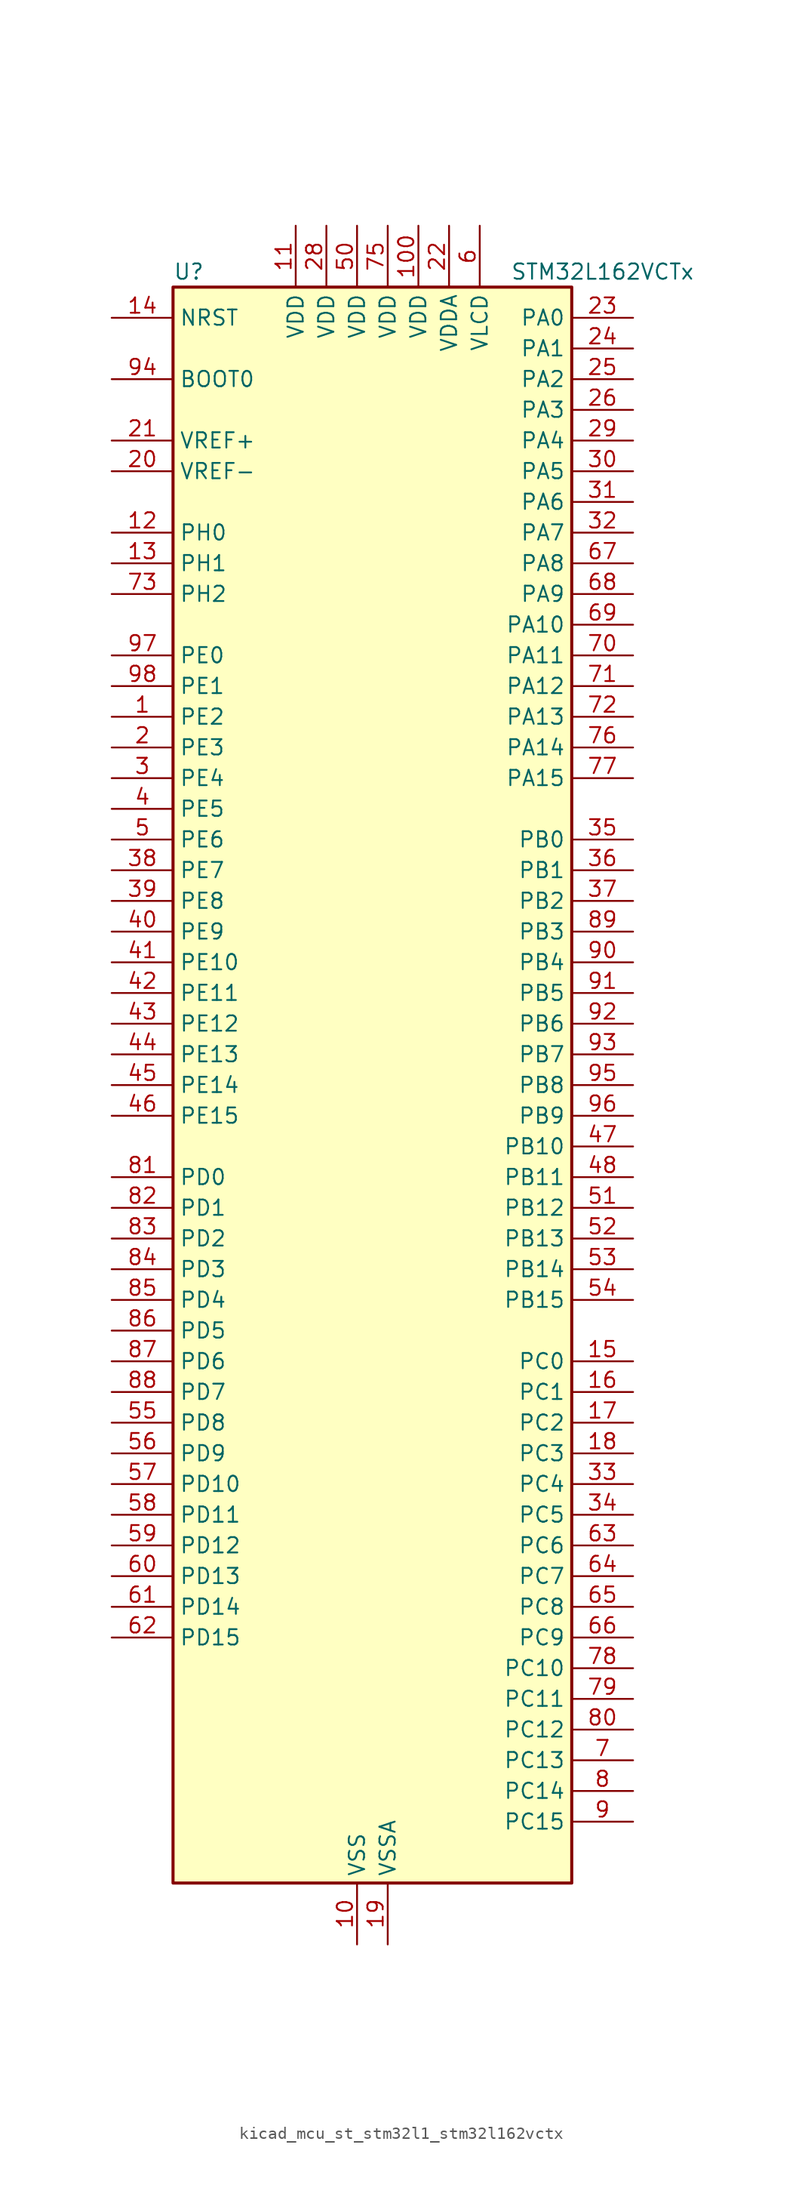
<source format=kicad_sym>
(kicad_symbol_lib
  (version 20220914)
  (generator kicad_symbol_editor)
  (symbol "kicad_mcu_st_stm32l1_stm32l162vctx"
    (property "Reference" "U"
      (at -15.24 67.31 0)
      (effects (font (size 1.27 1.27)) (justify left)))
    (property "Value" "STM32L162VCTx"
      (at 12.7 67.31 0)
      (effects (font (size 1.27 1.27)) (justify left)))
    (property "ki_locked" ""
      (at 0 0 0)
      (effects (font (size 1.27 1.27))))
    (symbol "kicad_mcu_st_stm32l1_stm32l162vctx_0_1"
      (rectangle (start -15.24 -66.04) (end 17.78 66.04) (stroke (width 0.254) (type default)) (fill (type background))))
    (symbol "kicad_mcu_st_stm32l1_stm32l162vctx_1_1"
      (pin bidirectional line (at -20.32 30.48 0) (length 5.08) (name "PE2" (effects (font (size 1.27 1.27)))) (number "1" (effects (font (size 1.27 1.27)))) (alternate "LCD_SEG38" bidirectional line) (alternate "SYS_TRACECK" bidirectional line) (alternate "TIM3_ETR" bidirectional line) (alternate "TIMX_IC3" bidirectional line))
      (pin power_in line (at 0 -71.12 90) (length 5.08) (name "VSS" (effects (font (size 1.27 1.27)))) (number "10" (effects (font (size 1.27 1.27)))))
      (pin power_in line (at 5.08 71.12 270) (length 5.08) (name "VDD" (effects (font (size 1.27 1.27)))) (number "100" (effects (font (size 1.27 1.27)))))
      (pin power_in line (at -5.08 71.12 270) (length 5.08) (name "VDD" (effects (font (size 1.27 1.27)))) (number "11" (effects (font (size 1.27 1.27)))))
      (pin bidirectional line (at -20.32 45.72 0) (length 5.08) (name "PH0" (effects (font (size 1.27 1.27)))) (number "12" (effects (font (size 1.27 1.27)))) (alternate "RCC_OSC_IN" bidirectional line))
      (pin bidirectional line (at -20.32 43.18 0) (length 5.08) (name "PH1" (effects (font (size 1.27 1.27)))) (number "13" (effects (font (size 1.27 1.27)))) (alternate "RCC_OSC_OUT" bidirectional line))
      (pin input line (at -20.32 63.5 0) (length 5.08) (name "NRST" (effects (font (size 1.27 1.27)))) (number "14" (effects (font (size 1.27 1.27)))))
      (pin bidirectional line (at 22.86 -22.86 180) (length 5.08) (name "PC0" (effects (font (size 1.27 1.27)))) (number "15" (effects (font (size 1.27 1.27)))) (alternate "ADC_IN10" bidirectional line) (alternate "COMP1_INP" bidirectional line) (alternate "LCD_SEG18" bidirectional line) (alternate "TIMX_IC1" bidirectional line) (alternate "TS_G8_IO1" bidirectional line))
      (pin bidirectional line (at 22.86 -25.4 180) (length 5.08) (name "PC1" (effects (font (size 1.27 1.27)))) (number "16" (effects (font (size 1.27 1.27)))) (alternate "ADC_IN11" bidirectional line) (alternate "COMP1_INP" bidirectional line) (alternate "LCD_SEG19" bidirectional line) (alternate "TIMX_IC2" bidirectional line) (alternate "TS_G8_IO2" bidirectional line))
      (pin bidirectional line (at 22.86 -27.94 180) (length 5.08) (name "PC2" (effects (font (size 1.27 1.27)))) (number "17" (effects (font (size 1.27 1.27)))) (alternate "ADC_IN12" bidirectional line) (alternate "COMP1_INP" bidirectional line) (alternate "LCD_SEG20" bidirectional line) (alternate "TIMX_IC3" bidirectional line) (alternate "TS_G8_IO3" bidirectional line))
      (pin bidirectional line (at 22.86 -30.48 180) (length 5.08) (name "PC3" (effects (font (size 1.27 1.27)))) (number "18" (effects (font (size 1.27 1.27)))) (alternate "ADC_IN13" bidirectional line) (alternate "COMP1_INP" bidirectional line) (alternate "LCD_SEG21" bidirectional line) (alternate "TIMX_IC4" bidirectional line) (alternate "TS_G8_IO4" bidirectional line))
      (pin power_in line (at 2.54 -71.12 90) (length 5.08) (name "VSSA" (effects (font (size 1.27 1.27)))) (number "19" (effects (font (size 1.27 1.27)))))
      (pin bidirectional line (at -20.32 27.94 0) (length 5.08) (name "PE3" (effects (font (size 1.27 1.27)))) (number "2" (effects (font (size 1.27 1.27)))) (alternate "LCD_SEG39" bidirectional line) (alternate "SYS_TRACED0" bidirectional line) (alternate "TIM3_CH1" bidirectional line) (alternate "TIMX_IC4" bidirectional line))
      (pin input line (at -20.32 50.8 0) (length 5.08) (name "VREF-" (effects (font (size 1.27 1.27)))) (number "20" (effects (font (size 1.27 1.27)))))
      (pin input line (at -20.32 53.34 0) (length 5.08) (name "VREF+" (effects (font (size 1.27 1.27)))) (number "21" (effects (font (size 1.27 1.27)))))
      (pin power_in line (at 7.62 71.12 270) (length 5.08) (name "VDDA" (effects (font (size 1.27 1.27)))) (number "22" (effects (font (size 1.27 1.27)))))
      (pin bidirectional line (at 22.86 63.5 180) (length 5.08) (name "PA0" (effects (font (size 1.27 1.27)))) (number "23" (effects (font (size 1.27 1.27)))) (alternate "ADC_IN0" bidirectional line) (alternate "COMP1_INP" bidirectional line) (alternate "RTC_TAMP2" bidirectional line) (alternate "SYS_WKUP1" bidirectional line) (alternate "TIM2_CH1" bidirectional line) (alternate "TIM2_ETR" bidirectional line) (alternate "TIM5_CH1" bidirectional line) (alternate "TIMX_IC1" bidirectional line) (alternate "TS_G1_IO1" bidirectional line) (alternate "USART2_CTS" bidirectional line))
      (pin bidirectional line (at 22.86 60.96 180) (length 5.08) (name "PA1" (effects (font (size 1.27 1.27)))) (number "24" (effects (font (size 1.27 1.27)))) (alternate "ADC_IN1" bidirectional line) (alternate "COMP1_INP" bidirectional line) (alternate "LCD_SEG0" bidirectional line) (alternate "OPAMP1_VINP" bidirectional line) (alternate "TIM2_CH2" bidirectional line) (alternate "TIM5_CH2" bidirectional line) (alternate "TIMX_IC2" bidirectional line) (alternate "TS_G1_IO2" bidirectional line) (alternate "USART2_RTS" bidirectional line))
      (pin bidirectional line (at 22.86 58.42 180) (length 5.08) (name "PA2" (effects (font (size 1.27 1.27)))) (number "25" (effects (font (size 1.27 1.27)))) (alternate "ADC_IN2" bidirectional line) (alternate "COMP1_INP" bidirectional line) (alternate "LCD_SEG1" bidirectional line) (alternate "OPAMP1_VINM" bidirectional line) (alternate "TIM2_CH3" bidirectional line) (alternate "TIM5_CH3" bidirectional line) (alternate "TIM9_CH1" bidirectional line) (alternate "TIMX_IC3" bidirectional line) (alternate "TS_G1_IO3" bidirectional line) (alternate "USART2_TX" bidirectional line))
      (pin bidirectional line (at 22.86 55.88 180) (length 5.08) (name "PA3" (effects (font (size 1.27 1.27)))) (number "26" (effects (font (size 1.27 1.27)))) (alternate "ADC_IN3" bidirectional line) (alternate "COMP1_INP" bidirectional line) (alternate "LCD_SEG2" bidirectional line) (alternate "OPAMP1_VOUT" bidirectional line) (alternate "TIM2_CH4" bidirectional line) (alternate "TIM5_CH4" bidirectional line) (alternate "TIM9_CH2" bidirectional line) (alternate "TIMX_IC4" bidirectional line) (alternate "TS_G1_IO4" bidirectional line) (alternate "USART2_RX" bidirectional line))
      (pin passive line (at 0 -71.12 90) (length 5.08) hide (name "VSS" (effects (font (size 1.27 1.27)))) (number "27" (effects (font (size 1.27 1.27)))))
      (pin power_in line (at -2.54 71.12 270) (length 5.08) (name "VDD" (effects (font (size 1.27 1.27)))) (number "28" (effects (font (size 1.27 1.27)))))
      (pin bidirectional line (at 22.86 53.34 180) (length 5.08) (name "PA4" (effects (font (size 1.27 1.27)))) (number "29" (effects (font (size 1.27 1.27)))) (alternate "ADC_IN4" bidirectional line) (alternate "COMP1_INP" bidirectional line) (alternate "DAC_OUT1" bidirectional line) (alternate "I2S3_WS" bidirectional line) (alternate "SPI1_NSS" bidirectional line) (alternate "SPI3_NSS" bidirectional line) (alternate "TIMX_IC1" bidirectional line) (alternate "USART2_CK" bidirectional line))
      (pin bidirectional line (at -20.32 25.4 0) (length 5.08) (name "PE4" (effects (font (size 1.27 1.27)))) (number "3" (effects (font (size 1.27 1.27)))) (alternate "SYS_TRACED1" bidirectional line) (alternate "TIM3_CH2" bidirectional line) (alternate "TIMX_IC1" bidirectional line))
      (pin bidirectional line (at 22.86 50.8 180) (length 5.08) (name "PA5" (effects (font (size 1.27 1.27)))) (number "30" (effects (font (size 1.27 1.27)))) (alternate "ADC_IN5" bidirectional line) (alternate "COMP1_INP" bidirectional line) (alternate "DAC_OUT2" bidirectional line) (alternate "SPI1_SCK" bidirectional line) (alternate "TIM2_CH1" bidirectional line) (alternate "TIM2_ETR" bidirectional line) (alternate "TIMX_IC2" bidirectional line))
      (pin bidirectional line (at 22.86 48.26 180) (length 5.08) (name "PA6" (effects (font (size 1.27 1.27)))) (number "31" (effects (font (size 1.27 1.27)))) (alternate "ADC_IN6" bidirectional line) (alternate "COMP1_INP" bidirectional line) (alternate "LCD_SEG3" bidirectional line) (alternate "OPAMP2_VINP" bidirectional line) (alternate "SPI1_MISO" bidirectional line) (alternate "TIM10_CH1" bidirectional line) (alternate "TIM3_CH1" bidirectional line) (alternate "TIMX_IC3" bidirectional line) (alternate "TS_G2_IO1" bidirectional line))
      (pin bidirectional line (at 22.86 45.72 180) (length 5.08) (name "PA7" (effects (font (size 1.27 1.27)))) (number "32" (effects (font (size 1.27 1.27)))) (alternate "ADC_IN7" bidirectional line) (alternate "COMP1_INP" bidirectional line) (alternate "LCD_SEG4" bidirectional line) (alternate "OPAMP2_VINM" bidirectional line) (alternate "SPI1_MOSI" bidirectional line) (alternate "TIM11_CH1" bidirectional line) (alternate "TIM3_CH2" bidirectional line) (alternate "TIMX_IC4" bidirectional line) (alternate "TS_G2_IO2" bidirectional line))
      (pin bidirectional line (at 22.86 -33.02 180) (length 5.08) (name "PC4" (effects (font (size 1.27 1.27)))) (number "33" (effects (font (size 1.27 1.27)))) (alternate "ADC_IN14" bidirectional line) (alternate "COMP1_INP" bidirectional line) (alternate "LCD_SEG22" bidirectional line) (alternate "TIMX_IC1" bidirectional line) (alternate "TS_G9_IO1" bidirectional line))
      (pin bidirectional line (at 22.86 -35.56 180) (length 5.08) (name "PC5" (effects (font (size 1.27 1.27)))) (number "34" (effects (font (size 1.27 1.27)))) (alternate "ADC_IN15" bidirectional line) (alternate "COMP1_INP" bidirectional line) (alternate "LCD_SEG23" bidirectional line) (alternate "TIMX_IC2" bidirectional line) (alternate "TS_G9_IO2" bidirectional line))
      (pin bidirectional line (at 22.86 20.32 180) (length 5.08) (name "PB0" (effects (font (size 1.27 1.27)))) (number "35" (effects (font (size 1.27 1.27)))) (alternate "ADC_IN8" bidirectional line) (alternate "COMP1_INP" bidirectional line) (alternate "LCD_SEG5" bidirectional line) (alternate "OPAMP2_VOUT" bidirectional line) (alternate "SYS_V_REF_OUT" bidirectional line) (alternate "TIM3_CH3" bidirectional line) (alternate "TS_G3_IO1" bidirectional line))
      (pin bidirectional line (at 22.86 17.78 180) (length 5.08) (name "PB1" (effects (font (size 1.27 1.27)))) (number "36" (effects (font (size 1.27 1.27)))) (alternate "ADC_IN9" bidirectional line) (alternate "COMP1_INP" bidirectional line) (alternate "LCD_SEG6" bidirectional line) (alternate "SYS_V_REF_OUT" bidirectional line) (alternate "TIM3_CH4" bidirectional line) (alternate "TS_G3_IO2" bidirectional line))
      (pin bidirectional line (at 22.86 15.24 180) (length 5.08) (name "PB2" (effects (font (size 1.27 1.27)))) (number "37" (effects (font (size 1.27 1.27)))) (alternate "TS_G3_IO3" bidirectional line))
      (pin bidirectional line (at -20.32 17.78 0) (length 5.08) (name "PE7" (effects (font (size 1.27 1.27)))) (number "38" (effects (font (size 1.27 1.27)))) (alternate "ADC_IN22" bidirectional line) (alternate "COMP1_INP" bidirectional line) (alternate "TIMX_IC4" bidirectional line))
      (pin bidirectional line (at -20.32 15.24 0) (length 5.08) (name "PE8" (effects (font (size 1.27 1.27)))) (number "39" (effects (font (size 1.27 1.27)))) (alternate "ADC_IN23" bidirectional line) (alternate "COMP1_INP" bidirectional line) (alternate "TIMX_IC1" bidirectional line))
      (pin bidirectional line (at -20.32 22.86 0) (length 5.08) (name "PE5" (effects (font (size 1.27 1.27)))) (number "4" (effects (font (size 1.27 1.27)))) (alternate "SYS_TRACED2" bidirectional line) (alternate "TIM9_CH1" bidirectional line) (alternate "TIMX_IC2" bidirectional line))
      (pin bidirectional line (at -20.32 12.7 0) (length 5.08) (name "PE9" (effects (font (size 1.27 1.27)))) (number "40" (effects (font (size 1.27 1.27)))) (alternate "ADC_IN24" bidirectional line) (alternate "COMP1_INP" bidirectional line) (alternate "DAC_EXTI9" bidirectional line) (alternate "TIM2_CH1" bidirectional line) (alternate "TIM2_ETR" bidirectional line) (alternate "TIM5_ETR" bidirectional line) (alternate "TIMX_IC2" bidirectional line))
      (pin bidirectional line (at -20.32 10.16 0) (length 5.08) (name "PE10" (effects (font (size 1.27 1.27)))) (number "41" (effects (font (size 1.27 1.27)))) (alternate "ADC_IN25" bidirectional line) (alternate "COMP1_INP" bidirectional line) (alternate "TIM2_CH2" bidirectional line) (alternate "TIMX_IC3" bidirectional line))
      (pin bidirectional line (at -20.32 7.62 0) (length 5.08) (name "PE11" (effects (font (size 1.27 1.27)))) (number "42" (effects (font (size 1.27 1.27)))) (alternate "ADC_EXTI11" bidirectional line) (alternate "TIM2_CH3" bidirectional line) (alternate "TIMX_IC4" bidirectional line))
      (pin bidirectional line (at -20.32 5.08 0) (length 5.08) (name "PE12" (effects (font (size 1.27 1.27)))) (number "43" (effects (font (size 1.27 1.27)))) (alternate "SPI1_NSS" bidirectional line) (alternate "TIM2_CH4" bidirectional line) (alternate "TIMX_IC1" bidirectional line))
      (pin bidirectional line (at -20.32 2.54 0) (length 5.08) (name "PE13" (effects (font (size 1.27 1.27)))) (number "44" (effects (font (size 1.27 1.27)))) (alternate "SPI1_SCK" bidirectional line) (alternate "TIMX_IC2" bidirectional line))
      (pin bidirectional line (at -20.32 0 0) (length 5.08) (name "PE14" (effects (font (size 1.27 1.27)))) (number "45" (effects (font (size 1.27 1.27)))) (alternate "SPI1_MISO" bidirectional line) (alternate "TIMX_IC3" bidirectional line))
      (pin bidirectional line (at -20.32 -2.54 0) (length 5.08) (name "PE15" (effects (font (size 1.27 1.27)))) (number "46" (effects (font (size 1.27 1.27)))) (alternate "ADC_EXTI15" bidirectional line) (alternate "SPI1_MOSI" bidirectional line) (alternate "TIMX_IC4" bidirectional line))
      (pin bidirectional line (at 22.86 -5.08 180) (length 5.08) (name "PB10" (effects (font (size 1.27 1.27)))) (number "47" (effects (font (size 1.27 1.27)))) (alternate "I2C2_SCL" bidirectional line) (alternate "LCD_SEG10" bidirectional line) (alternate "TIM2_CH3" bidirectional line) (alternate "USART3_TX" bidirectional line))
      (pin bidirectional line (at 22.86 -7.62 180) (length 5.08) (name "PB11" (effects (font (size 1.27 1.27)))) (number "48" (effects (font (size 1.27 1.27)))) (alternate "ADC_EXTI11" bidirectional line) (alternate "I2C2_SDA" bidirectional line) (alternate "LCD_SEG11" bidirectional line) (alternate "TIM2_CH4" bidirectional line) (alternate "USART3_RX" bidirectional line))
      (pin passive line (at 0 -71.12 90) (length 5.08) hide (name "VSS" (effects (font (size 1.27 1.27)))) (number "49" (effects (font (size 1.27 1.27)))))
      (pin bidirectional line (at -20.32 20.32 0) (length 5.08) (name "PE6" (effects (font (size 1.27 1.27)))) (number "5" (effects (font (size 1.27 1.27)))) (alternate "RTC_TAMP3" bidirectional line) (alternate "SYS_TRACED3" bidirectional line) (alternate "SYS_WKUP3" bidirectional line) (alternate "TIM9_CH2" bidirectional line) (alternate "TIMX_IC3" bidirectional line))
      (pin power_in line (at 0 71.12 270) (length 5.08) (name "VDD" (effects (font (size 1.27 1.27)))) (number "50" (effects (font (size 1.27 1.27)))))
      (pin bidirectional line (at 22.86 -10.16 180) (length 5.08) (name "PB12" (effects (font (size 1.27 1.27)))) (number "51" (effects (font (size 1.27 1.27)))) (alternate "ADC_IN18" bidirectional line) (alternate "COMP1_INP" bidirectional line) (alternate "I2C2_SMBA" bidirectional line) (alternate "I2S2_WS" bidirectional line) (alternate "LCD_SEG12" bidirectional line) (alternate "SPI2_NSS" bidirectional line) (alternate "TIM10_CH1" bidirectional line) (alternate "TS_G7_IO1" bidirectional line) (alternate "USART3_CK" bidirectional line))
      (pin bidirectional line (at 22.86 -12.7 180) (length 5.08) (name "PB13" (effects (font (size 1.27 1.27)))) (number "52" (effects (font (size 1.27 1.27)))) (alternate "ADC_IN19" bidirectional line) (alternate "COMP1_INP" bidirectional line) (alternate "I2S2_CK" bidirectional line) (alternate "LCD_SEG13" bidirectional line) (alternate "SPI2_SCK" bidirectional line) (alternate "TIM9_CH1" bidirectional line) (alternate "TS_G7_IO2" bidirectional line) (alternate "USART3_CTS" bidirectional line))
      (pin bidirectional line (at 22.86 -15.24 180) (length 5.08) (name "PB14" (effects (font (size 1.27 1.27)))) (number "53" (effects (font (size 1.27 1.27)))) (alternate "ADC_IN20" bidirectional line) (alternate "COMP1_INP" bidirectional line) (alternate "LCD_SEG14" bidirectional line) (alternate "SPI2_MISO" bidirectional line) (alternate "TIM9_CH2" bidirectional line) (alternate "TS_G7_IO3" bidirectional line) (alternate "USART3_RTS" bidirectional line))
      (pin bidirectional line (at 22.86 -17.78 180) (length 5.08) (name "PB15" (effects (font (size 1.27 1.27)))) (number "54" (effects (font (size 1.27 1.27)))) (alternate "ADC_EXTI15" bidirectional line) (alternate "ADC_IN21" bidirectional line) (alternate "COMP1_INP" bidirectional line) (alternate "I2S2_SD" bidirectional line) (alternate "LCD_SEG15" bidirectional line) (alternate "RTC_REFIN" bidirectional line) (alternate "SPI2_MOSI" bidirectional line) (alternate "TIM11_CH1" bidirectional line) (alternate "TS_G7_IO4" bidirectional line))
      (pin bidirectional line (at -20.32 -27.94 0) (length 5.08) (name "PD8" (effects (font (size 1.27 1.27)))) (number "55" (effects (font (size 1.27 1.27)))) (alternate "LCD_SEG28" bidirectional line) (alternate "TIMX_IC1" bidirectional line) (alternate "USART3_TX" bidirectional line))
      (pin bidirectional line (at -20.32 -30.48 0) (length 5.08) (name "PD9" (effects (font (size 1.27 1.27)))) (number "56" (effects (font (size 1.27 1.27)))) (alternate "DAC_EXTI9" bidirectional line) (alternate "LCD_SEG29" bidirectional line) (alternate "TIMX_IC2" bidirectional line) (alternate "USART3_RX" bidirectional line))
      (pin bidirectional line (at -20.32 -33.02 0) (length 5.08) (name "PD10" (effects (font (size 1.27 1.27)))) (number "57" (effects (font (size 1.27 1.27)))) (alternate "LCD_SEG30" bidirectional line) (alternate "TIMX_IC3" bidirectional line) (alternate "USART3_CK" bidirectional line))
      (pin bidirectional line (at -20.32 -35.56 0) (length 5.08) (name "PD11" (effects (font (size 1.27 1.27)))) (number "58" (effects (font (size 1.27 1.27)))) (alternate "ADC_EXTI11" bidirectional line) (alternate "LCD_SEG31" bidirectional line) (alternate "TIMX_IC4" bidirectional line) (alternate "USART3_CTS" bidirectional line))
      (pin bidirectional line (at -20.32 -38.1 0) (length 5.08) (name "PD12" (effects (font (size 1.27 1.27)))) (number "59" (effects (font (size 1.27 1.27)))) (alternate "LCD_SEG32" bidirectional line) (alternate "TIM4_CH1" bidirectional line) (alternate "TIMX_IC1" bidirectional line) (alternate "USART3_RTS" bidirectional line))
      (pin power_in line (at 10.16 71.12 270) (length 5.08) (name "VLCD" (effects (font (size 1.27 1.27)))) (number "6" (effects (font (size 1.27 1.27)))))
      (pin bidirectional line (at -20.32 -40.64 0) (length 5.08) (name "PD13" (effects (font (size 1.27 1.27)))) (number "60" (effects (font (size 1.27 1.27)))) (alternate "LCD_SEG33" bidirectional line) (alternate "TIM4_CH2" bidirectional line) (alternate "TIMX_IC2" bidirectional line))
      (pin bidirectional line (at -20.32 -43.18 0) (length 5.08) (name "PD14" (effects (font (size 1.27 1.27)))) (number "61" (effects (font (size 1.27 1.27)))) (alternate "LCD_SEG34" bidirectional line) (alternate "TIM4_CH3" bidirectional line) (alternate "TIMX_IC3" bidirectional line))
      (pin bidirectional line (at -20.32 -45.72 0) (length 5.08) (name "PD15" (effects (font (size 1.27 1.27)))) (number "62" (effects (font (size 1.27 1.27)))) (alternate "ADC_EXTI15" bidirectional line) (alternate "LCD_SEG35" bidirectional line) (alternate "TIM4_CH4" bidirectional line) (alternate "TIMX_IC4" bidirectional line))
      (pin bidirectional line (at 22.86 -38.1 180) (length 5.08) (name "PC6" (effects (font (size 1.27 1.27)))) (number "63" (effects (font (size 1.27 1.27)))) (alternate "I2S2_MCK" bidirectional line) (alternate "LCD_SEG24" bidirectional line) (alternate "TIM3_CH1" bidirectional line) (alternate "TIMX_IC3" bidirectional line) (alternate "TS_G10_IO1" bidirectional line))
      (pin bidirectional line (at 22.86 -40.64 180) (length 5.08) (name "PC7" (effects (font (size 1.27 1.27)))) (number "64" (effects (font (size 1.27 1.27)))) (alternate "I2S3_MCK" bidirectional line) (alternate "LCD_SEG25" bidirectional line) (alternate "TIM3_CH2" bidirectional line) (alternate "TIMX_IC4" bidirectional line) (alternate "TS_G10_IO2" bidirectional line))
      (pin bidirectional line (at 22.86 -43.18 180) (length 5.08) (name "PC8" (effects (font (size 1.27 1.27)))) (number "65" (effects (font (size 1.27 1.27)))) (alternate "LCD_SEG26" bidirectional line) (alternate "TIM3_CH3" bidirectional line) (alternate "TIMX_IC1" bidirectional line) (alternate "TS_G10_IO3" bidirectional line))
      (pin bidirectional line (at 22.86 -45.72 180) (length 5.08) (name "PC9" (effects (font (size 1.27 1.27)))) (number "66" (effects (font (size 1.27 1.27)))) (alternate "DAC_EXTI9" bidirectional line) (alternate "LCD_SEG27" bidirectional line) (alternate "TIM3_CH4" bidirectional line) (alternate "TIMX_IC2" bidirectional line) (alternate "TS_G10_IO4" bidirectional line))
      (pin bidirectional line (at 22.86 43.18 180) (length 5.08) (name "PA8" (effects (font (size 1.27 1.27)))) (number "67" (effects (font (size 1.27 1.27)))) (alternate "LCD_COM0" bidirectional line) (alternate "RCC_MCO" bidirectional line) (alternate "TIMX_IC1" bidirectional line) (alternate "TS_G4_IO1" bidirectional line) (alternate "USART1_CK" bidirectional line))
      (pin bidirectional line (at 22.86 40.64 180) (length 5.08) (name "PA9" (effects (font (size 1.27 1.27)))) (number "68" (effects (font (size 1.27 1.27)))) (alternate "DAC_EXTI9" bidirectional line) (alternate "LCD_COM1" bidirectional line) (alternate "TIMX_IC2" bidirectional line) (alternate "TS_G4_IO2" bidirectional line) (alternate "USART1_TX" bidirectional line))
      (pin bidirectional line (at 22.86 38.1 180) (length 5.08) (name "PA10" (effects (font (size 1.27 1.27)))) (number "69" (effects (font (size 1.27 1.27)))) (alternate "LCD_COM2" bidirectional line) (alternate "TIMX_IC3" bidirectional line) (alternate "TS_G4_IO3" bidirectional line) (alternate "USART1_RX" bidirectional line))
      (pin bidirectional line (at 22.86 -55.88 180) (length 5.08) (name "PC13" (effects (font (size 1.27 1.27)))) (number "7" (effects (font (size 1.27 1.27)))) (alternate "RTC_OUT_ALARM" bidirectional line) (alternate "RTC_OUT_CALIB" bidirectional line) (alternate "RTC_TAMP1" bidirectional line) (alternate "RTC_TS" bidirectional line) (alternate "SYS_WKUP2" bidirectional line) (alternate "TIMX_IC2" bidirectional line))
      (pin bidirectional line (at 22.86 35.56 180) (length 5.08) (name "PA11" (effects (font (size 1.27 1.27)))) (number "70" (effects (font (size 1.27 1.27)))) (alternate "ADC_EXTI11" bidirectional line) (alternate "SPI1_MISO" bidirectional line) (alternate "TIMX_IC4" bidirectional line) (alternate "USART1_CTS" bidirectional line) (alternate "USB_DM" bidirectional line))
      (pin bidirectional line (at 22.86 33.02 180) (length 5.08) (name "PA12" (effects (font (size 1.27 1.27)))) (number "71" (effects (font (size 1.27 1.27)))) (alternate "SPI1_MOSI" bidirectional line) (alternate "TIMX_IC1" bidirectional line) (alternate "USART1_RTS" bidirectional line) (alternate "USB_DP" bidirectional line))
      (pin bidirectional line (at 22.86 30.48 180) (length 5.08) (name "PA13" (effects (font (size 1.27 1.27)))) (number "72" (effects (font (size 1.27 1.27)))) (alternate "SYS_JTMS-SWDIO" bidirectional line) (alternate "TIMX_IC2" bidirectional line) (alternate "TS_G5_IO1" bidirectional line))
      (pin bidirectional line (at -20.32 40.64 0) (length 5.08) (name "PH2" (effects (font (size 1.27 1.27)))) (number "73" (effects (font (size 1.27 1.27)))))
      (pin passive line (at 0 -71.12 90) (length 5.08) hide (name "VSS" (effects (font (size 1.27 1.27)))) (number "74" (effects (font (size 1.27 1.27)))))
      (pin power_in line (at 2.54 71.12 270) (length 5.08) (name "VDD" (effects (font (size 1.27 1.27)))) (number "75" (effects (font (size 1.27 1.27)))))
      (pin bidirectional line (at 22.86 27.94 180) (length 5.08) (name "PA14" (effects (font (size 1.27 1.27)))) (number "76" (effects (font (size 1.27 1.27)))) (alternate "SYS_JTCK-SWCLK" bidirectional line) (alternate "TIMX_IC3" bidirectional line) (alternate "TS_G5_IO2" bidirectional line))
      (pin bidirectional line (at 22.86 25.4 180) (length 5.08) (name "PA15" (effects (font (size 1.27 1.27)))) (number "77" (effects (font (size 1.27 1.27)))) (alternate "ADC_EXTI15" bidirectional line) (alternate "I2S3_WS" bidirectional line) (alternate "LCD_SEG17" bidirectional line) (alternate "SPI1_NSS" bidirectional line) (alternate "SPI3_NSS" bidirectional line) (alternate "SYS_JTDI" bidirectional line) (alternate "TIM2_CH1" bidirectional line) (alternate "TIM2_ETR" bidirectional line) (alternate "TIMX_IC4" bidirectional line) (alternate "TS_G5_IO3" bidirectional line))
      (pin bidirectional line (at 22.86 -48.26 180) (length 5.08) (name "PC10" (effects (font (size 1.27 1.27)))) (number "78" (effects (font (size 1.27 1.27)))) (alternate "I2S3_CK" bidirectional line) (alternate "LCD_COM4" bidirectional line) (alternate "LCD_SEG28" bidirectional line) (alternate "LCD_SEG40" bidirectional line) (alternate "SPI3_SCK" bidirectional line) (alternate "TIMX_IC3" bidirectional line) (alternate "USART3_TX" bidirectional line))
      (pin bidirectional line (at 22.86 -50.8 180) (length 5.08) (name "PC11" (effects (font (size 1.27 1.27)))) (number "79" (effects (font (size 1.27 1.27)))) (alternate "ADC_EXTI11" bidirectional line) (alternate "LCD_COM5" bidirectional line) (alternate "LCD_SEG29" bidirectional line) (alternate "LCD_SEG41" bidirectional line) (alternate "SPI3_MISO" bidirectional line) (alternate "TIMX_IC4" bidirectional line) (alternate "USART3_RX" bidirectional line))
      (pin bidirectional line (at 22.86 -58.42 180) (length 5.08) (name "PC14" (effects (font (size 1.27 1.27)))) (number "8" (effects (font (size 1.27 1.27)))) (alternate "RCC_OSC32_IN" bidirectional line) (alternate "TIMX_IC3" bidirectional line))
      (pin bidirectional line (at 22.86 -53.34 180) (length 5.08) (name "PC12" (effects (font (size 1.27 1.27)))) (number "80" (effects (font (size 1.27 1.27)))) (alternate "I2S3_SD" bidirectional line) (alternate "LCD_COM6" bidirectional line) (alternate "LCD_SEG30" bidirectional line) (alternate "LCD_SEG42" bidirectional line) (alternate "SPI3_MOSI" bidirectional line) (alternate "TIMX_IC1" bidirectional line) (alternate "USART3_CK" bidirectional line))
      (pin bidirectional line (at -20.32 -7.62 0) (length 5.08) (name "PD0" (effects (font (size 1.27 1.27)))) (number "81" (effects (font (size 1.27 1.27)))) (alternate "I2S2_WS" bidirectional line) (alternate "SPI2_NSS" bidirectional line) (alternate "TIM9_CH1" bidirectional line) (alternate "TIMX_IC1" bidirectional line))
      (pin bidirectional line (at -20.32 -10.16 0) (length 5.08) (name "PD1" (effects (font (size 1.27 1.27)))) (number "82" (effects (font (size 1.27 1.27)))) (alternate "I2S2_CK" bidirectional line) (alternate "SPI2_SCK" bidirectional line) (alternate "TIMX_IC2" bidirectional line))
      (pin bidirectional line (at -20.32 -12.7 0) (length 5.08) (name "PD2" (effects (font (size 1.27 1.27)))) (number "83" (effects (font (size 1.27 1.27)))) (alternate "LCD_COM7" bidirectional line) (alternate "LCD_SEG31" bidirectional line) (alternate "LCD_SEG43" bidirectional line) (alternate "TIM3_ETR" bidirectional line) (alternate "TIMX_IC3" bidirectional line))
      (pin bidirectional line (at -20.32 -15.24 0) (length 5.08) (name "PD3" (effects (font (size 1.27 1.27)))) (number "84" (effects (font (size 1.27 1.27)))) (alternate "SPI2_MISO" bidirectional line) (alternate "TIMX_IC4" bidirectional line) (alternate "USART2_CTS" bidirectional line))
      (pin bidirectional line (at -20.32 -17.78 0) (length 5.08) (name "PD4" (effects (font (size 1.27 1.27)))) (number "85" (effects (font (size 1.27 1.27)))) (alternate "I2S2_SD" bidirectional line) (alternate "SPI2_MOSI" bidirectional line) (alternate "TIMX_IC1" bidirectional line) (alternate "USART2_RTS" bidirectional line))
      (pin bidirectional line (at -20.32 -20.32 0) (length 5.08) (name "PD5" (effects (font (size 1.27 1.27)))) (number "86" (effects (font (size 1.27 1.27)))) (alternate "TIMX_IC2" bidirectional line) (alternate "USART2_TX" bidirectional line))
      (pin bidirectional line (at -20.32 -22.86 0) (length 5.08) (name "PD6" (effects (font (size 1.27 1.27)))) (number "87" (effects (font (size 1.27 1.27)))) (alternate "TIMX_IC3" bidirectional line) (alternate "USART2_RX" bidirectional line))
      (pin bidirectional line (at -20.32 -25.4 0) (length 5.08) (name "PD7" (effects (font (size 1.27 1.27)))) (number "88" (effects (font (size 1.27 1.27)))) (alternate "TIM9_CH2" bidirectional line) (alternate "TIMX_IC4" bidirectional line) (alternate "USART2_CK" bidirectional line))
      (pin bidirectional line (at 22.86 12.7 180) (length 5.08) (name "PB3" (effects (font (size 1.27 1.27)))) (number "89" (effects (font (size 1.27 1.27)))) (alternate "COMP2_INM" bidirectional line) (alternate "I2S3_CK" bidirectional line) (alternate "LCD_SEG7" bidirectional line) (alternate "SPI1_SCK" bidirectional line) (alternate "SPI3_SCK" bidirectional line) (alternate "SYS_JTDO-TRACESWO" bidirectional line) (alternate "TIM2_CH2" bidirectional line))
      (pin bidirectional line (at 22.86 -60.96 180) (length 5.08) (name "PC15" (effects (font (size 1.27 1.27)))) (number "9" (effects (font (size 1.27 1.27)))) (alternate "ADC_EXTI15" bidirectional line) (alternate "RCC_OSC32_OUT" bidirectional line) (alternate "TIMX_IC4" bidirectional line))
      (pin bidirectional line (at 22.86 10.16 180) (length 5.08) (name "PB4" (effects (font (size 1.27 1.27)))) (number "90" (effects (font (size 1.27 1.27)))) (alternate "COMP2_INP" bidirectional line) (alternate "LCD_SEG8" bidirectional line) (alternate "SPI1_MISO" bidirectional line) (alternate "SPI3_MISO" bidirectional line) (alternate "SYS_JTRST" bidirectional line) (alternate "TIM3_CH1" bidirectional line) (alternate "TS_G6_IO1" bidirectional line))
      (pin bidirectional line (at 22.86 7.62 180) (length 5.08) (name "PB5" (effects (font (size 1.27 1.27)))) (number "91" (effects (font (size 1.27 1.27)))) (alternate "COMP2_INP" bidirectional line) (alternate "I2C1_SMBA" bidirectional line) (alternate "I2S3_SD" bidirectional line) (alternate "LCD_SEG9" bidirectional line) (alternate "SPI1_MOSI" bidirectional line) (alternate "SPI3_MOSI" bidirectional line) (alternate "TIM3_CH2" bidirectional line) (alternate "TS_G6_IO2" bidirectional line))
      (pin bidirectional line (at 22.86 5.08 180) (length 5.08) (name "PB6" (effects (font (size 1.27 1.27)))) (number "92" (effects (font (size 1.27 1.27)))) (alternate "COMP2_INP" bidirectional line) (alternate "I2C1_SCL" bidirectional line) (alternate "TIM4_CH1" bidirectional line) (alternate "TS_G6_IO3" bidirectional line) (alternate "USART1_TX" bidirectional line))
      (pin bidirectional line (at 22.86 2.54 180) (length 5.08) (name "PB7" (effects (font (size 1.27 1.27)))) (number "93" (effects (font (size 1.27 1.27)))) (alternate "COMP2_INP" bidirectional line) (alternate "I2C1_SDA" bidirectional line) (alternate "SYS_PVD_IN" bidirectional line) (alternate "TIM4_CH2" bidirectional line) (alternate "TS_G6_IO4" bidirectional line) (alternate "USART1_RX" bidirectional line))
      (pin input line (at -20.32 58.42 0) (length 5.08) (name "BOOT0" (effects (font (size 1.27 1.27)))) (number "94" (effects (font (size 1.27 1.27)))))
      (pin bidirectional line (at 22.86 0 180) (length 5.08) (name "PB8" (effects (font (size 1.27 1.27)))) (number "95" (effects (font (size 1.27 1.27)))) (alternate "I2C1_SCL" bidirectional line) (alternate "LCD_SEG16" bidirectional line) (alternate "TIM10_CH1" bidirectional line) (alternate "TIM4_CH3" bidirectional line))
      (pin bidirectional line (at 22.86 -2.54 180) (length 5.08) (name "PB9" (effects (font (size 1.27 1.27)))) (number "96" (effects (font (size 1.27 1.27)))) (alternate "DAC_EXTI9" bidirectional line) (alternate "I2C1_SDA" bidirectional line) (alternate "LCD_COM3" bidirectional line) (alternate "TIM11_CH1" bidirectional line) (alternate "TIM4_CH4" bidirectional line))
      (pin bidirectional line (at -20.32 35.56 0) (length 5.08) (name "PE0" (effects (font (size 1.27 1.27)))) (number "97" (effects (font (size 1.27 1.27)))) (alternate "LCD_SEG36" bidirectional line) (alternate "TIM10_CH1" bidirectional line) (alternate "TIM4_ETR" bidirectional line) (alternate "TIMX_IC1" bidirectional line))
      (pin bidirectional line (at -20.32 33.02 0) (length 5.08) (name "PE1" (effects (font (size 1.27 1.27)))) (number "98" (effects (font (size 1.27 1.27)))) (alternate "LCD_SEG37" bidirectional line) (alternate "TIM11_CH1" bidirectional line) (alternate "TIMX_IC2" bidirectional line))
      (pin passive line (at 0 -71.12 90) (length 5.08) hide (name "VSS" (effects (font (size 1.27 1.27)))) (number "99" (effects (font (size 1.27 1.27))))))))
</source>
